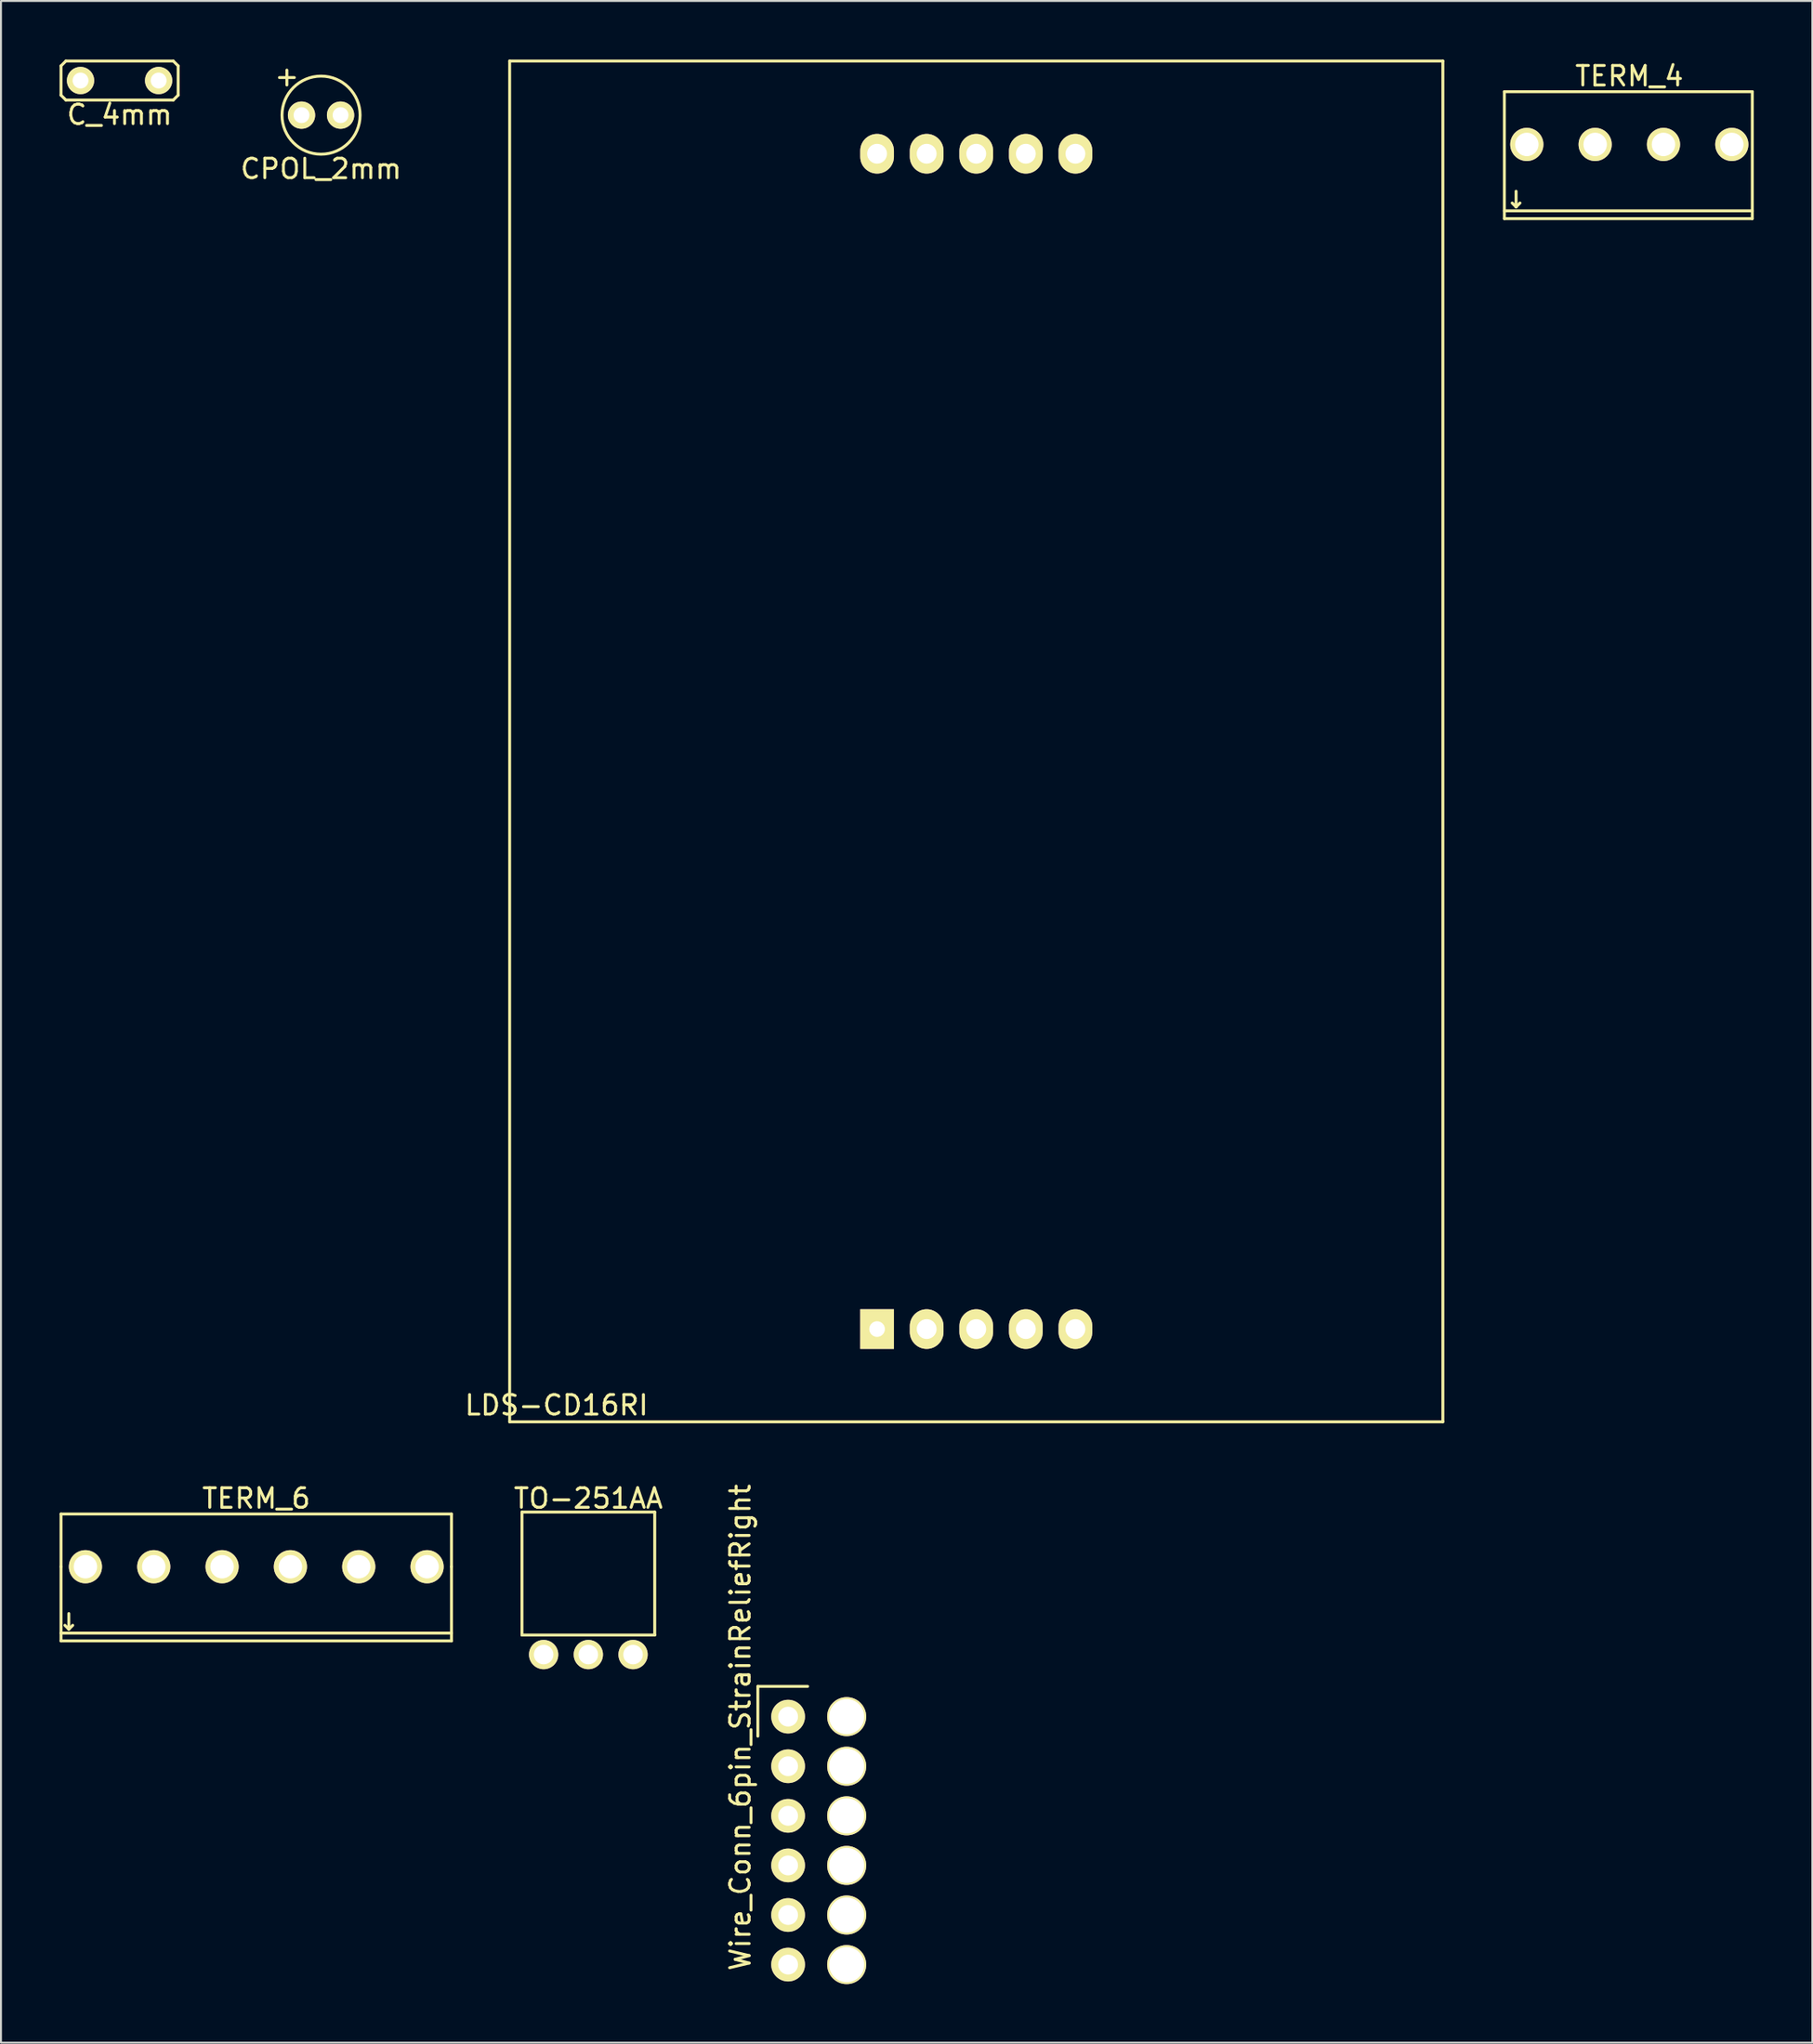
<source format=kicad_pcb>
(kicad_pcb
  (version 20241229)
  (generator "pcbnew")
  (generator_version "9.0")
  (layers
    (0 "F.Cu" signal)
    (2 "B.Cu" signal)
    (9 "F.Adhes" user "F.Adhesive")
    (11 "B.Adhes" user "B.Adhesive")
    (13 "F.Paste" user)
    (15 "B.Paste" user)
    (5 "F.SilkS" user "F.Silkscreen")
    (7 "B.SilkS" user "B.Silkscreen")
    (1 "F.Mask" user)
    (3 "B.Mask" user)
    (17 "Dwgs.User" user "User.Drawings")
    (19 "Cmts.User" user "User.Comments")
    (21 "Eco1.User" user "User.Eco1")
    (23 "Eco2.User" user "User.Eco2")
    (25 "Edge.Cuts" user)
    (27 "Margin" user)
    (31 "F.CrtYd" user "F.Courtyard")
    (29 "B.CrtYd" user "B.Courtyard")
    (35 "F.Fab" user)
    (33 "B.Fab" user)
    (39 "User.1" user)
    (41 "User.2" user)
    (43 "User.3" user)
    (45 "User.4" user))
  (footprint "Wire_Conn_6pin_StrainReliefRight"
    (layer "F.Cu")
    (at 37.317 84.877)
    (property "Reference" "Wire_Conn_6pin_StrainReliefRight" (at -2.45 0.55 90) (layer "F.SilkS") (effects (font (size 1 1) (thickness 0.15))))
    (attr through_hole)
    (fp_line (start -1.55 -1.55) (end 1 -1.55) (stroke (width 0.15) (type solid)) (layer "F.SilkS"))
    (fp_line (start -1.55 1) (end -1.55 -1.55) (stroke (width 0.15) (type solid)) (layer "F.SilkS"))
    (pad "0" thru_hole circle (at 3 0) (size 2 2) (drill 1.8) (layers "*.Cu" "*.Mask" "F.SilkS"))
    (pad "0" thru_hole circle (at 3 2.54) (size 2 2) (drill 1.8) (layers "*.Cu" "*.Mask" "F.SilkS"))
    (pad "0" thru_hole circle (at 3 5.08) (size 2 2) (drill 1.8) (layers "*.Cu" "*.Mask" "F.SilkS"))
    (pad "0" thru_hole circle (at 3 7.62) (size 2 2) (drill 1.8) (layers "*.Cu" "*.Mask" "F.SilkS"))
    (pad "0" thru_hole circle (at 3 10.16) (size 2 2) (drill 1.8) (layers "*.Cu" "*.Mask" "F.SilkS"))
    (pad "0" thru_hole circle (at 3 12.7) (size 2 2) (drill 1.8) (layers "*.Cu" "*.Mask" "F.SilkS"))
    (pad "1" thru_hole circle (at 0 0) (size 1.727 1.727) (drill 1.016) (layers "*.Cu" "*.Mask" "F.SilkS"))
    (pad "2" thru_hole circle (at 0 2.54) (size 1.727 1.727) (drill 1.016) (layers "*.Cu" "*.Mask" "F.SilkS"))
    (pad "3" thru_hole circle (at 0 5.08) (size 1.727 1.727) (drill 1.016) (layers "*.Cu" "*.Mask" "F.SilkS"))
    (pad "4" thru_hole circle (at 0 7.62) (size 1.727 1.727) (drill 1.016) (layers "*.Cu" "*.Mask" "F.SilkS"))
    (pad "5" thru_hole circle (at 0 10.16) (size 1.727 1.727) (drill 1.016) (layers "*.Cu" "*.Mask" "F.SilkS"))
    (pad "6" thru_hole circle (at 0 12.7) (size 1.727 1.727) (drill 1.016) (layers "*.Cu" "*.Mask" "F.SilkS")))
  (footprint "TERM_6"
    (layer "F.Cu")
    (at 10.075 77.198)
    (property "Reference" "TERM_6" (at 0 -3.5 0) (layer "F.SilkS") (effects (font (size 1 1) (thickness 0.15))))
    (attr through_hole)
    (fp_line (start -10 -2.7) (end 10 -2.7) (stroke (width 0.15) (type solid)) (layer "F.SilkS"))
    (fp_line (start -10 0) (end -10 -2.7) (stroke (width 0.15) (type solid)) (layer "F.SilkS"))
    (fp_line (start -10 0) (end -10 3.8) (stroke (width 0.15) (type solid)) (layer "F.SilkS"))
    (fp_line (start -10 3.4) (end 10 3.4) (stroke (width 0.15) (type solid)) (layer "F.SilkS"))
    (fp_line (start -10 3.8) (end 10 3.8) (stroke (width 0.15) (type solid)) (layer "F.SilkS"))
    (fp_line (start -9.6 2.4) (end -9.6 3.2) (stroke (width 0.15) (type solid)) (layer "F.SilkS"))
    (fp_line (start -9.6 3.2) (end -9.8 3) (stroke (width 0.15) (type solid)) (layer "F.SilkS"))
    (fp_line (start -9.6 3.2) (end -9.4 3) (stroke (width 0.15) (type solid)) (layer "F.SilkS"))
    (fp_line (start 10 -2.7) (end 10 0) (stroke (width 0.15) (type solid)) (layer "F.SilkS"))
    (fp_line (start 10 3.8) (end 10 0) (stroke (width 0.15) (type solid)) (layer "F.SilkS"))
    (pad "1" thru_hole circle (at -8.75 0) (size 1.7 1.7) (drill 1.2) (layers "*.Cu" "*.Mask" "F.SilkS"))
    (pad "2" thru_hole circle (at -5.25 0) (size 1.7 1.7) (drill 1.2) (layers "*.Cu" "*.Mask" "F.SilkS"))
    (pad "3" thru_hole circle (at -1.75 0) (size 1.7 1.7) (drill 1.2) (layers "*.Cu" "*.Mask" "F.SilkS"))
    (pad "4" thru_hole circle (at 1.75 0) (size 1.7 1.7) (drill 1.2) (layers "*.Cu" "*.Mask" "F.SilkS"))
    (pad "5" thru_hole circle (at 5.25 0) (size 1.7 1.7) (drill 1.2) (layers "*.Cu" "*.Mask" "F.SilkS"))
    (pad "6" thru_hole circle (at 8.75 0) (size 1.7 1.7) (drill 1.2) (layers "*.Cu" "*.Mask" "F.SilkS")))
  (footprint "TERM_4"
    (layer "F.Cu")
    (at 80.404 4.348)
    (property "Reference" "TERM_4" (at 0 -3.5 0) (layer "F.SilkS") (effects (font (size 1 1) (thickness 0.15))))
    (attr through_hole)
    (fp_line (start -6.4 -2.7) (end -6.4 3.8) (stroke (width 0.15) (type solid)) (layer "F.SilkS"))
    (fp_line (start -6.4 -2.7) (end 6.3 -2.7) (stroke (width 0.15) (type solid)) (layer "F.SilkS"))
    (fp_line (start -6.4 3.4) (end 6.3 3.4) (stroke (width 0.15) (type solid)) (layer "F.SilkS"))
    (fp_line (start -6.4 3.8) (end 6.3 3.8) (stroke (width 0.15) (type solid)) (layer "F.SilkS"))
    (fp_line (start -5.8 2.4) (end -5.8 3.2) (stroke (width 0.15) (type solid)) (layer "F.SilkS"))
    (fp_line (start -5.8 3.2) (end -6 3) (stroke (width 0.15) (type solid)) (layer "F.SilkS"))
    (fp_line (start -5.8 3.2) (end -5.6 3) (stroke (width 0.15) (type solid)) (layer "F.SilkS"))
    (fp_line (start 6.3 -2.7) (end 6.3 3.8) (stroke (width 0.15) (type solid)) (layer "F.SilkS"))
    (pad "1" thru_hole circle (at -5.25 0) (size 1.7 1.7) (drill 1.2) (layers "*.Cu" "*.Mask" "F.SilkS"))
    (pad "2" thru_hole circle (at -1.75 0) (size 1.7 1.7) (drill 1.2) (layers "*.Cu" "*.Mask" "F.SilkS"))
    (pad "3" thru_hole circle (at 1.75 0) (size 1.7 1.7) (drill 1.2) (layers "*.Cu" "*.Mask" "F.SilkS"))
    (pad "4" thru_hole circle (at 5.25 0) (size 1.7 1.7) (drill 1.2) (layers "*.Cu" "*.Mask" "F.SilkS")))
  (footprint "LDS-CD16RI"
    (layer "F.Cu")
    (at 46.954 34.925)
    (property "Reference" "LDS-CD16RI" (at -21.5 34 0) (layer "F.SilkS") (effects (font (size 1 1) (thickness 0.15))))
    (attr through_hole)
    (fp_line (start -23.9 -34.85) (end -23.9 34.85) (stroke (width 0.15) (type solid)) (layer "F.SilkS"))
    (fp_line (start -23.9 34.85) (end 23.9 34.85) (stroke (width 0.15) (type solid)) (layer "F.SilkS"))
    (fp_line (start 23.9 -34.85) (end -23.9 -34.85) (stroke (width 0.15) (type solid)) (layer "F.SilkS"))
    (fp_line (start 23.9 34.85) (end 23.9 -34.85) (stroke (width 0.15) (type solid)) (layer "F.SilkS"))
    (pad "1" thru_hole rect (at -5.08 30.1) (size 1.727 2.032) (drill 0.8) (layers "*.Cu" "*.Mask" "F.SilkS"))
    (pad "2" thru_hole oval (at -2.54 30.1) (size 1.727 2.032) (drill 1.016) (layers "*.Cu" "*.Mask" "F.SilkS"))
    (pad "3" thru_hole oval (at 0 30.1) (size 1.727 2.032) (drill 1.016) (layers "*.Cu" "*.Mask" "F.SilkS"))
    (pad "4" thru_hole oval (at 2.54 30.1) (size 1.727 2.032) (drill 1.016) (layers "*.Cu" "*.Mask" "F.SilkS"))
    (pad "5" thru_hole oval (at 5.08 30.1) (size 1.727 2.032) (drill 1.016) (layers "*.Cu" "*.Mask" "F.SilkS"))
    (pad "6" thru_hole oval (at 5.08 -30.1) (size 1.727 2.032) (drill 1.016) (layers "*.Cu" "*.Mask" "F.SilkS"))
    (pad "7" thru_hole oval (at 2.54 -30.1) (size 1.727 2.032) (drill 1.016) (layers "*.Cu" "*.Mask" "F.SilkS"))
    (pad "8" thru_hole oval (at 0 -30.1) (size 1.727 2.032) (drill 1.016) (layers "*.Cu" "*.Mask" "F.SilkS"))
    (pad "9" thru_hole oval (at -2.54 -30.1) (size 1.727 2.032) (drill 1.016) (layers "*.Cu" "*.Mask" "F.SilkS"))
    (pad "10" thru_hole oval (at -5.08 -30.1) (size 1.727 2.032) (drill 1.016) (layers "*.Cu" "*.Mask" "F.SilkS")))
  (footprint "CPOL_2mm"
    (layer "F.Cu")
    (at 13.394 2.848)
    (property "Reference" "CPOL_2mm" (at 0 2.75 0) (layer "F.SilkS") (effects (font (size 1 1) (thickness 0.15))))
    (attr through_hole)
    (fp_circle (center 0 0) (end 2 0) (stroke (width 0.15) (type solid)) (fill no) (layer "F.SilkS"))
    (fp_text user "+" (at -1.75 -2 0) (layer "F.SilkS") (effects (font (size 1 1) (thickness 0.15))))
    (pad "1" thru_hole circle (at -1 0) (size 1.397 1.397) (drill 0.813) (layers "*.Cu" "*.Mask" "F.SilkS"))
    (pad "2" thru_hole circle (at 1 0) (size 1.397 1.397) (drill 0.813) (layers "*.Cu" "*.Mask" "F.SilkS")))
  (footprint "C_4mm"
    (layer "F.Cu")
    (at 3.075 1.075)
    (property "Reference" "C_4mm" (at 0 1.75 0) (layer "F.SilkS") (effects (font (size 1 1) (thickness 0.15))))
    (attr through_hole)
    (fp_line (start -3 -0.75) (end -2.75 -1) (stroke (width 0.15) (type solid)) (layer "F.SilkS"))
    (fp_line (start -3 0.75) (end -3 -0.75) (stroke (width 0.15) (type solid)) (layer "F.SilkS"))
    (fp_line (start -2.75 -1) (end 2.75 -1) (stroke (width 0.15) (type solid)) (layer "F.SilkS"))
    (fp_line (start -2.75 1) (end -3 0.75) (stroke (width 0.15) (type solid)) (layer "F.SilkS"))
    (fp_line (start 2.75 -1) (end 3 -0.75) (stroke (width 0.15) (type solid)) (layer "F.SilkS"))
    (fp_line (start 2.75 1) (end -2.75 1) (stroke (width 0.15) (type solid)) (layer "F.SilkS"))
    (fp_line (start 3 -0.75) (end 3 0.75) (stroke (width 0.15) (type solid)) (layer "F.SilkS"))
    (fp_line (start 3 0.75) (end 2.75 1) (stroke (width 0.15) (type solid)) (layer "F.SilkS"))
    (pad "1" thru_hole circle (at -2 0) (size 1.397 1.397) (drill 0.813) (layers "*.Cu" "*.Mask" "F.SilkS"))
    (pad "2" thru_hole circle (at 2 0) (size 1.397 1.397) (drill 0.813) (layers "*.Cu" "*.Mask" "F.SilkS")))
  (footprint "TO-251AA"
    (layer "F.Cu")
    (at 27.085 81.698)
    (property "Reference" "TO-251AA" (at 0 -8 0) (layer "F.SilkS") (effects (font (size 1 1) (thickness 0.15))))
    (attr through_hole)
    (fp_line (start -3.4 -7.3) (end -3.4 -1) (stroke (width 0.15) (type solid)) (layer "F.SilkS"))
    (fp_line (start -3.4 -1) (end 3.4 -1) (stroke (width 0.15) (type solid)) (layer "F.SilkS"))
    (fp_line (start 3.4 -7.3) (end -3.4 -7.3) (stroke (width 0.15) (type solid)) (layer "F.SilkS"))
    (fp_line (start 3.4 -1) (end 3.4 -7.3) (stroke (width 0.15) (type solid)) (layer "F.SilkS"))
    (pad "1" thru_hole circle (at -2.29 0) (size 1.5 1.5) (drill 1) (layers "*.Cu" "*.Mask" "F.SilkS"))
    (pad "2" thru_hole circle (at 0 0) (size 1.5 1.5) (drill 1) (layers "*.Cu" "*.Mask" "F.SilkS"))
    (pad "3" thru_hole circle (at 2.29 0) (size 1.5 1.5) (drill 1) (layers "*.Cu" "*.Mask" "F.SilkS")))
  (gr_rect
    (start -3 -3)
    (end 89.779 101.577)
    (stroke (width 0.1) (type default))
    (fill no)
    (layer "Edge.Cuts")))
</source>
